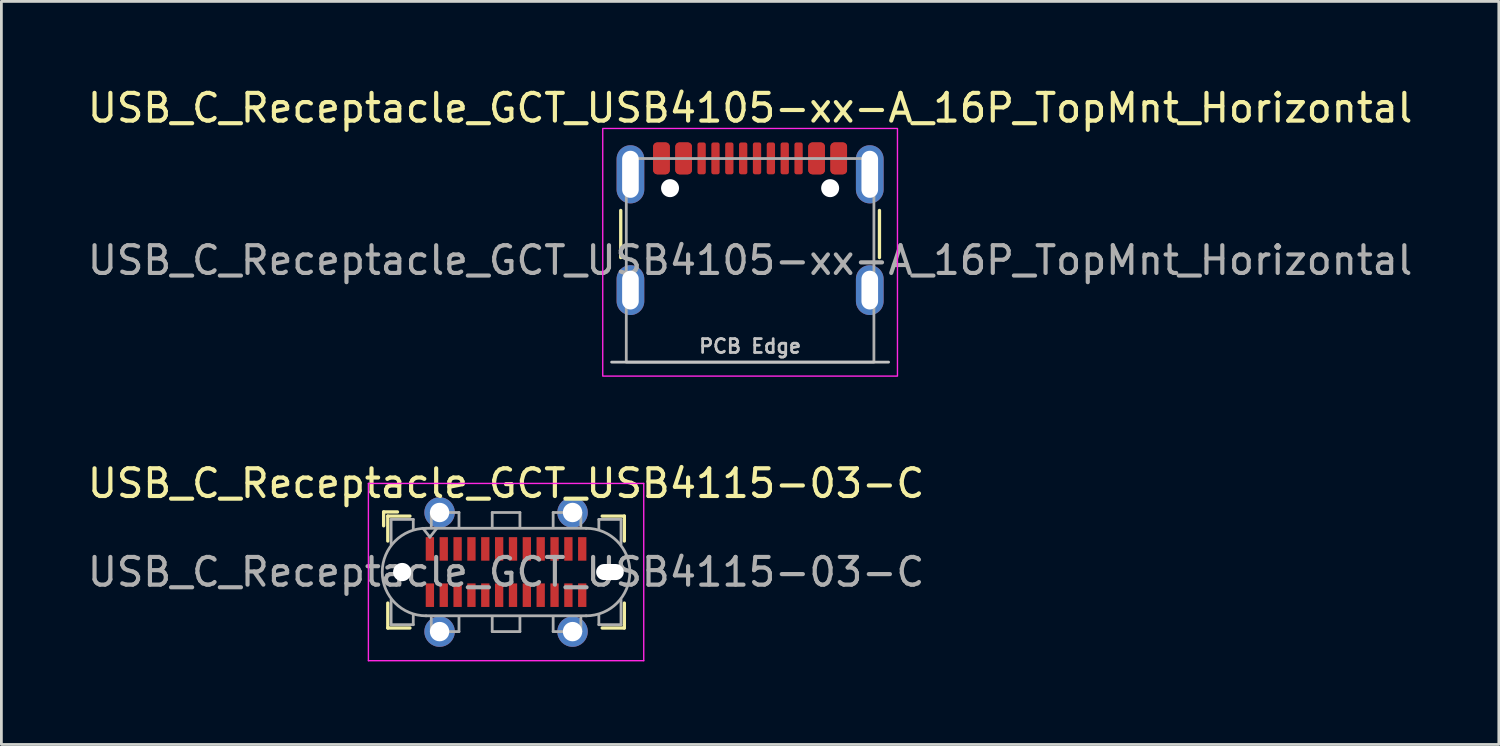
<source format=kicad_pcb>
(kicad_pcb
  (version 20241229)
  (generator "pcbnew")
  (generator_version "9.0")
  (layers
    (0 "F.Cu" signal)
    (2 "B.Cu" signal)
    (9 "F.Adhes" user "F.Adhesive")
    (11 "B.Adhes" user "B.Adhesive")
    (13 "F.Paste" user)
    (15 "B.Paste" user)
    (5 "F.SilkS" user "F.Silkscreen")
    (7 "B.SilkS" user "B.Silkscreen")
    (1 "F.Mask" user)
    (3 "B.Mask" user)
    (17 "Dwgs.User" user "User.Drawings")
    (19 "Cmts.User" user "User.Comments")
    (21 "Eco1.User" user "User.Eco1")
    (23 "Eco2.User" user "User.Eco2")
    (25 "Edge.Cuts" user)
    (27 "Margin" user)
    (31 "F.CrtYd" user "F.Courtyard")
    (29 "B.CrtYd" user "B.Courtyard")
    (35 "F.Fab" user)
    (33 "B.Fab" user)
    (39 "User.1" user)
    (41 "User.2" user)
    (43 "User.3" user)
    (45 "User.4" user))
  (footprint "USB_C_Receptacle_GCT_USB4115-03-C"
    (layer "F.Cu")
    (at 15.22 17.602)
    (property "Reference" "USB_C_Receptacle_GCT_USB4115-03-C" (at 0 -3.2 0) (layer "F.SilkS") (effects (font (size 1 1) (thickness 0.15))))
    (attr smd)
    (fp_line (start -4.42 -2.17) (end -4.42 -1.67) (stroke (width 0.12) (type solid)) (layer "F.SilkS"))
    (fp_line (start -4.42 -2.17) (end -3.92 -2.17) (stroke (width 0.12) (type solid)) (layer "F.SilkS"))
    (fp_line (start -4.27 -2.02) (end -4.27 -1.12) (stroke (width 0.12) (type solid)) (layer "F.SilkS"))
    (fp_line (start -4.27 -2.02) (end -3.47 -2.02) (stroke (width 0.12) (type solid)) (layer "F.SilkS"))
    (fp_line (start -4.27 2.02) (end -4.27 1.12) (stroke (width 0.12) (type solid)) (layer "F.SilkS"))
    (fp_line (start -4.27 2.02) (end -3.47 2.02) (stroke (width 0.12) (type solid)) (layer "F.SilkS"))
    (fp_line (start 4.27 -2.02) (end 3.47 -2.02) (stroke (width 0.12) (type solid)) (layer "F.SilkS"))
    (fp_line (start 4.27 -2.02) (end 4.27 -1.12) (stroke (width 0.12) (type solid)) (layer "F.SilkS"))
    (fp_line (start 4.27 2.02) (end 3.47 2.02) (stroke (width 0.12) (type solid)) (layer "F.SilkS"))
    (fp_line (start 4.27 2.02) (end 4.27 1.12) (stroke (width 0.12) (type solid)) (layer "F.SilkS"))
    (fp_line (start -4.97 -3.2) (end -4.97 3.2) (stroke (width 0.05) (type solid)) (layer "F.CrtYd"))
    (fp_line (start -4.97 3.2) (end 4.97 3.2) (stroke (width 0.05) (type solid)) (layer "F.CrtYd"))
    (fp_line (start 4.97 -3.2) (end -4.97 -3.2) (stroke (width 0.05) (type solid)) (layer "F.CrtYd"))
    (fp_line (start 4.97 3.2) (end 4.97 -3.2) (stroke (width 0.05) (type solid)) (layer "F.CrtYd"))
    (fp_line (start -4.15 -1.9) (end -4.15 -1) (stroke (width 0.1) (type solid)) (layer "F.Fab"))
    (fp_line (start -4.15 -1.9) (end -3.35 -1.9) (stroke (width 0.1) (type solid)) (layer "F.Fab"))
    (fp_line (start -4.15 1.9) (end -4.15 1) (stroke (width 0.1) (type solid)) (layer "F.Fab"))
    (fp_line (start -4.15 1.9) (end -3.35 1.9) (stroke (width 0.1) (type solid)) (layer "F.Fab"))
    (fp_line (start -3.35 -1.9) (end -3.35 -1.55) (stroke (width 0.1) (type solid)) (layer "F.Fab"))
    (fp_line (start -3.35 1.9) (end -3.35 1.55) (stroke (width 0.1) (type solid)) (layer "F.Fab"))
    (fp_line (start -2.89 1.58) (end 2.89 1.58) (stroke (width 0.1) (type solid)) (layer "F.Fab"))
    (fp_line (start -2.75 -1.26) (end -3 -1.58) (stroke (width 0.1) (type solid)) (layer "F.Fab"))
    (fp_line (start -2.7 -2.15) (end -1.7 -2.15) (stroke (width 0.1) (type solid)) (layer "F.Fab"))
    (fp_line (start -2.7 -1.6) (end -2.7 -2.15) (stroke (width 0.1) (type solid)) (layer "F.Fab"))
    (fp_line (start -2.7 1.6) (end -2.7 2.15) (stroke (width 0.1) (type solid)) (layer "F.Fab"))
    (fp_line (start -2.7 2.15) (end -1.7 2.15) (stroke (width 0.1) (type solid)) (layer "F.Fab"))
    (fp_line (start -2.5 -1.58) (end -2.75 -1.26) (stroke (width 0.1) (type solid)) (layer "F.Fab"))
    (fp_line (start -1.7 -2.15) (end -1.7 -1.6) (stroke (width 0.1) (type solid)) (layer "F.Fab"))
    (fp_line (start -1.7 2.15) (end -1.7 1.6) (stroke (width 0.1) (type solid)) (layer "F.Fab"))
    (fp_line (start -0.5 -2.15) (end 0.5 -2.15) (stroke (width 0.1) (type solid)) (layer "F.Fab"))
    (fp_line (start -0.5 -1.6) (end -0.5 -2.15) (stroke (width 0.1) (type solid)) (layer "F.Fab"))
    (fp_line (start -0.5 2.15) (end -0.5 1.6) (stroke (width 0.1) (type solid)) (layer "F.Fab"))
    (fp_line (start 0.5 -2.15) (end 0.5 -1.6) (stroke (width 0.1) (type solid)) (layer "F.Fab"))
    (fp_line (start 0.5 1.6) (end 0.5 2.15) (stroke (width 0.1) (type solid)) (layer "F.Fab"))
    (fp_line (start 0.5 2.15) (end -0.5 2.15) (stroke (width 0.1) (type solid)) (layer "F.Fab"))
    (fp_line (start 1.7 -2.15) (end 1.7 -1.6) (stroke (width 0.1) (type solid)) (layer "F.Fab"))
    (fp_line (start 1.7 2.15) (end 1.7 1.6) (stroke (width 0.1) (type solid)) (layer "F.Fab"))
    (fp_line (start 2.7 -2.15) (end 1.7 -2.15) (stroke (width 0.1) (type solid)) (layer "F.Fab"))
    (fp_line (start 2.7 -1.6) (end 2.7 -2.15) (stroke (width 0.1) (type solid)) (layer "F.Fab"))
    (fp_line (start 2.7 1.6) (end 2.7 2.15) (stroke (width 0.1) (type solid)) (layer "F.Fab"))
    (fp_line (start 2.7 2.15) (end 1.7 2.15) (stroke (width 0.1) (type solid)) (layer "F.Fab"))
    (fp_line (start 2.89 -1.58) (end -2.89 -1.58) (stroke (width 0.1) (type solid)) (layer "F.Fab"))
    (fp_line (start 3.35 -1.9) (end 3.35 -1.55) (stroke (width 0.1) (type solid)) (layer "F.Fab"))
    (fp_line (start 3.35 1.9) (end 3.35 1.55) (stroke (width 0.1) (type solid)) (layer "F.Fab"))
    (fp_line (start 4.15 -1.9) (end 3.35 -1.9) (stroke (width 0.1) (type solid)) (layer "F.Fab"))
    (fp_line (start 4.15 -1.9) (end 4.15 -1) (stroke (width 0.1) (type solid)) (layer "F.Fab"))
    (fp_line (start 4.15 1.9) (end 3.35 1.9) (stroke (width 0.1) (type solid)) (layer "F.Fab"))
    (fp_line (start 4.15 1.9) (end 4.15 1) (stroke (width 0.1) (type solid)) (layer "F.Fab"))
    (fp_arc (start -2.89 1.58) (mid -4.47 0) (end -2.89 -1.58) (stroke (width 0.1) (type solid)) (layer "F.Fab"))
    (fp_arc (start 2.89 -1.58) (mid 4.47 0) (end 2.89 1.58) (stroke (width 0.1) (type solid)) (layer "F.Fab"))
    (fp_text user "${REFERENCE}" (at 0 0 0) (unlocked yes) (layer "F.Fab") (effects (font (size 1 1) (thickness 0.15))))
    (pad "" np_thru_hole circle (at -3.75 0) (size 0.66 0.66) (drill 0.66) (layers "*.Cu" "*.Mask"))
    (pad "" np_thru_hole oval (at 3.75 0) (size 1 0.58) (drill oval 1 0.58) (layers "*.Cu" "*.Mask"))
    (pad "A1" smd rect (at -2.75 -0.835) (size 0.3 0.85) (layers "F.Cu" "F.Mask" "F.Paste"))
    (pad "A2" smd rect (at -2.25 -0.835) (size 0.3 0.85) (layers "F.Cu" "F.Mask" "F.Paste"))
    (pad "A3" smd rect (at -1.75 -0.835) (size 0.3 0.85) (layers "F.Cu" "F.Mask" "F.Paste"))
    (pad "A4" smd rect (at -1.25 -0.835) (size 0.3 0.85) (layers "F.Cu" "F.Mask" "F.Paste"))
    (pad "A5" smd rect (at -0.75 -0.835) (size 0.3 0.85) (layers "F.Cu" "F.Mask" "F.Paste"))
    (pad "A6" smd rect (at -0.25 -0.835) (size 0.3 0.85) (layers "F.Cu" "F.Mask" "F.Paste"))
    (pad "A7" smd rect (at 0.25 -0.835) (size 0.3 0.85) (layers "F.Cu" "F.Mask" "F.Paste"))
    (pad "A8" smd rect (at 0.75 -0.835) (size 0.3 0.85) (layers "F.Cu" "F.Mask" "F.Paste"))
    (pad "A9" smd rect (at 1.25 -0.835) (size 0.3 0.85) (layers "F.Cu" "F.Mask" "F.Paste"))
    (pad "A10" smd rect (at 1.75 -0.835) (size 0.3 0.85) (layers "F.Cu" "F.Mask" "F.Paste"))
    (pad "A11" smd rect (at 2.25 -0.835) (size 0.3 0.85) (layers "F.Cu" "F.Mask" "F.Paste"))
    (pad "A12" smd rect (at 2.75 -0.835) (size 0.3 0.85) (layers "F.Cu" "F.Mask" "F.Paste"))
    (pad "B1" smd rect (at 2.75 0.835) (size 0.3 0.85) (layers "F.Cu" "F.Mask" "F.Paste"))
    (pad "B2" smd rect (at 2.25 0.835) (size 0.3 0.85) (layers "F.Cu" "F.Mask" "F.Paste"))
    (pad "B3" smd rect (at 1.75 0.835) (size 0.3 0.85) (layers "F.Cu" "F.Mask" "F.Paste"))
    (pad "B4" smd rect (at 1.25 0.835) (size 0.3 0.85) (layers "F.Cu" "F.Mask" "F.Paste"))
    (pad "B5" smd rect (at 0.75 0.835) (size 0.3 0.85) (layers "F.Cu" "F.Mask" "F.Paste"))
    (pad "B6" smd rect (at 0.25 0.835) (size 0.3 0.85) (layers "F.Cu" "F.Mask" "F.Paste"))
    (pad "B7" smd rect (at -0.25 0.835) (size 0.3 0.85) (layers "F.Cu" "F.Mask" "F.Paste"))
    (pad "B8" smd rect (at -0.75 0.835) (size 0.3 0.85) (layers "F.Cu" "F.Mask" "F.Paste"))
    (pad "B9" smd rect (at -1.25 0.835) (size 0.3 0.85) (layers "F.Cu" "F.Mask" "F.Paste"))
    (pad "B10" smd rect (at -1.75 0.835) (size 0.3 0.85) (layers "F.Cu" "F.Mask" "F.Paste"))
    (pad "B11" smd rect (at -2.25 0.835) (size 0.3 0.85) (layers "F.Cu" "F.Mask" "F.Paste"))
    (pad "B12" smd rect (at -2.75 0.835) (size 0.3 0.85) (layers "F.Cu" "F.Mask" "F.Paste"))
    (pad "S1" thru_hole circle (at -2.4 -2.15) (size 1.1 1.1) (drill 0.7) (property pad_prop_mechanical) (layers "*.Cu" "*.Mask" "F.Paste"))
    (pad "S1" thru_hole circle (at -2.4 2.15) (size 1.1 1.1) (drill 0.7) (property pad_prop_mechanical) (layers "*.Cu" "*.Mask" "F.Paste"))
    (pad "S1" thru_hole circle (at 2.4 -2.15) (size 1.1 1.1) (drill 0.7) (property pad_prop_mechanical) (layers "*.Cu" "*.Mask" "F.Paste"))
    (pad "S1" thru_hole circle (at 2.4 2.15) (size 1.1 1.1) (drill 0.7) (property pad_prop_mechanical) (layers "*.Cu" "*.Mask" "F.Paste"))
    (zone (net_name "") (layer "F.Cu") (name "peg") (hatch full 0.508) (connect_pads) (min_thickness 0.254) (filled_areas_thickness no) (keepout (tracks allowed) (vias allowed) (pads not_allowed) (copperpour not_allowed) (footprints not_allowed)) (placement (enabled no)) (fill) (polygon (pts (xy 16.02 15.802) (xy 14.42 15.802) (xy 14.42 15.101) (xy 16.02 15.101))))
    (zone (net_name "") (layer "F.Cu") (name "peg") (hatch full 0.508) (connect_pads) (min_thickness 0.254) (filled_areas_thickness no) (keepout (tracks allowed) (vias allowed) (pads not_allowed) (copperpour not_allowed) (footprints not_allowed)) (placement (enabled no)) (fill) (polygon (pts (xy 16.02 20.102) (xy 14.42 20.102) (xy 14.42 19.401) (xy 16.02 19.401)))))
  (footprint "USB_C_Receptacle_GCT_USB4105-xx-A_16P_TopMnt_Horizontal"
    (layer "F.Cu")
    (at 24.03 6.348)
    (property "Reference" "USB_C_Receptacle_GCT_USB4105-xx-A_16P_TopMnt_Horizontal" (at 0 -5.5 0) (unlocked yes) (layer "F.SilkS") (effects (font (size 1 1) (thickness 0.15))))
    (attr smd)
    (fp_line (start -4.67 -0.1) (end -4.67 -1.8) (stroke (width 0.12) (type solid)) (layer "F.SilkS"))
    (fp_line (start 4.67 -0.1) (end 4.67 -1.8) (stroke (width 0.12) (type solid)) (layer "F.SilkS"))
    (fp_line (start 5 3.675) (end -5 3.675) (stroke (width 0.1) (type solid)) (layer "Dwgs.User"))
    (fp_rect (start -5.32 -4.76) (end 5.32 4.18) (stroke (width 0.05) (type solid)) (fill no) (layer "F.CrtYd"))
    (fp_rect (start -4.47 -3.675) (end 4.47 3.675) (stroke (width 0.1) (type solid)) (fill no) (layer "F.Fab"))
    (fp_text user "PCB Edge" (at 0 3.1 0) (unlocked yes) (layer "Dwgs.User") (effects (font (size 0.5 0.5) (thickness 0.1))))
    (fp_text user "${REFERENCE}" (at 0 0 0) (unlocked yes) (layer "F.Fab") (effects (font (size 1 1) (thickness 0.15))))
    (pad "" np_thru_hole circle (at -2.89 -2.605) (size 0.65 0.65) (drill 0.65) (layers "*.Cu" "*.Mask"))
    (pad "" np_thru_hole circle (at 2.89 -2.605) (size 0.65 0.65) (drill 0.65) (layers "*.Cu" "*.Mask"))
    (pad "A1" smd roundrect (at -3.2 -3.68) (size 0.6 1.15) (layers "F.Cu" "F.Mask" "F.Paste") (roundrect_rratio 0.25))
    (pad "A4" smd roundrect (at -2.4 -3.68) (size 0.6 1.15) (layers "F.Cu" "F.Mask" "F.Paste") (roundrect_rratio 0.25))
    (pad "A5" smd roundrect (at -1.25 -3.68) (size 0.3 1.15) (layers "F.Cu" "F.Mask" "F.Paste") (roundrect_rratio 0.25))
    (pad "A6" smd roundrect (at -0.25 -3.68) (size 0.3 1.15) (layers "F.Cu" "F.Mask" "F.Paste") (roundrect_rratio 0.25))
    (pad "A7" smd roundrect (at 0.25 -3.68) (size 0.3 1.15) (layers "F.Cu" "F.Mask" "F.Paste") (roundrect_rratio 0.25))
    (pad "A8" smd roundrect (at 1.25 -3.68) (size 0.3 1.15) (layers "F.Cu" "F.Mask" "F.Paste") (roundrect_rratio 0.25))
    (pad "A9" smd roundrect (at 2.4 -3.68) (size 0.6 1.15) (layers "F.Cu" "F.Mask" "F.Paste") (roundrect_rratio 0.25))
    (pad "A12" smd roundrect (at 3.2 -3.68) (size 0.6 1.15) (layers "F.Cu" "F.Mask" "F.Paste") (roundrect_rratio 0.25))
    (pad "B1" smd roundrect (at 3.2 -3.68) (size 0.6 1.15) (layers "F.Cu" "F.Mask" "F.Paste") (roundrect_rratio 0.25))
    (pad "B4" smd roundrect (at 2.4 -3.68) (size 0.6 1.15) (layers "F.Cu" "F.Mask" "F.Paste") (roundrect_rratio 0.25))
    (pad "B5" smd roundrect (at 1.75 -3.68) (size 0.3 1.15) (layers "F.Cu" "F.Mask" "F.Paste") (roundrect_rratio 0.25))
    (pad "B6" smd roundrect (at 0.75 -3.68) (size 0.3 1.15) (layers "F.Cu" "F.Mask" "F.Paste") (roundrect_rratio 0.25))
    (pad "B7" smd roundrect (at -0.75 -3.68) (size 0.3 1.15) (layers "F.Cu" "F.Mask" "F.Paste") (roundrect_rratio 0.25))
    (pad "B8" smd roundrect (at -1.75 -3.68) (size 0.3 1.15) (layers "F.Cu" "F.Mask" "F.Paste") (roundrect_rratio 0.25))
    (pad "B9" smd roundrect (at -2.4 -3.68) (size 0.6 1.15) (layers "F.Cu" "F.Mask" "F.Paste") (roundrect_rratio 0.25))
    (pad "B12" smd roundrect (at -3.2 -3.68) (size 0.6 1.15) (layers "F.Cu" "F.Mask" "F.Paste") (roundrect_rratio 0.25))
    (pad "S1" thru_hole oval (at -4.32 -3.105) (size 1 2.1) (drill oval 0.6 1.7) (property pad_prop_mechanical) (layers "*.Cu" "*.Mask" "F.Paste"))
    (pad "S1" thru_hole oval (at -4.32 1.075) (size 1 1.8) (drill oval 0.6 1.4) (property pad_prop_mechanical) (layers "*.Cu" "*.Mask" "F.Paste"))
    (pad "S1" thru_hole oval (at 4.32 -3.105) (size 1 2.1) (drill oval 0.6 1.7) (property pad_prop_mechanical) (layers "*.Cu" "*.Mask" "F.Paste"))
    (pad "S1" thru_hole oval (at 4.32 1.075) (size 1 1.8) (drill oval 0.6 1.4) (property pad_prop_mechanical) (layers "*.Cu" "*.Mask" "F.Paste")))
  (gr_rect
    (start -3 -3)
    (end 51.06 23.826)
    (stroke (width 0.1) (type default))
    (fill no)
    (layer "Edge.Cuts")))
</source>
